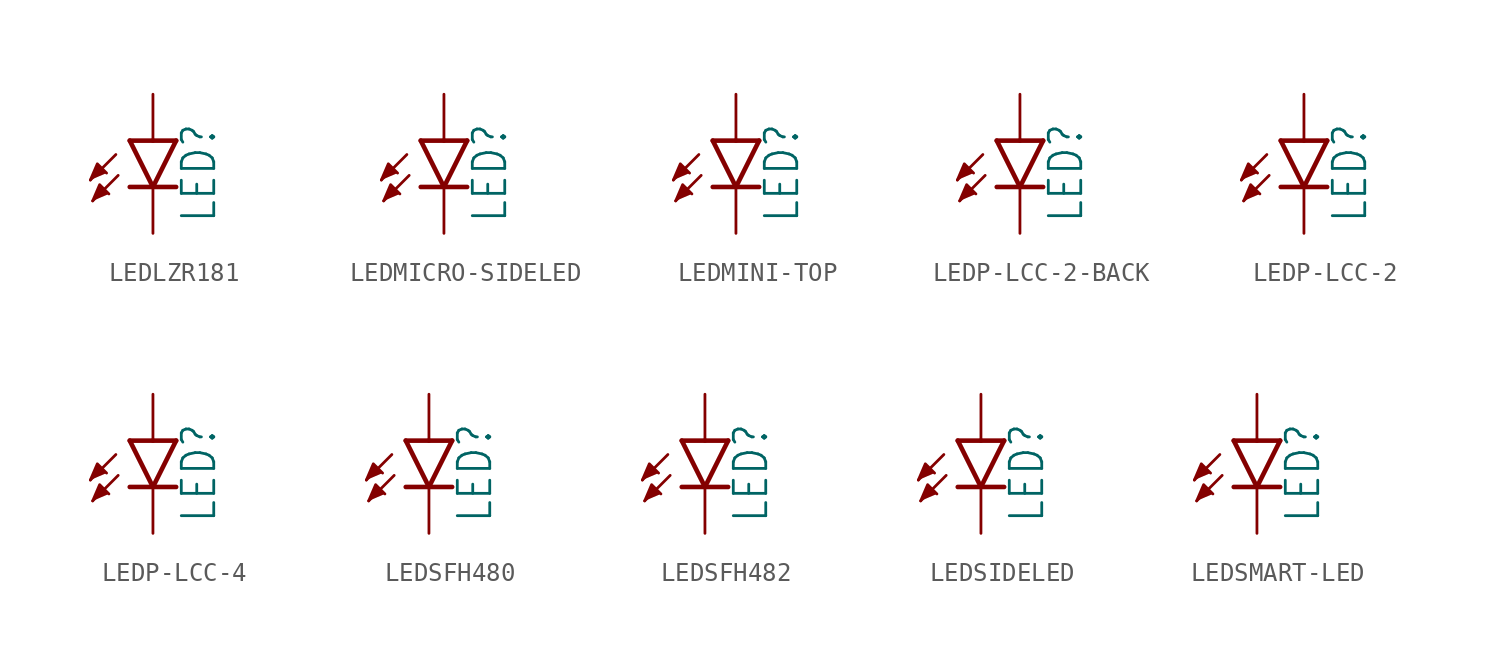
<source format=kicad_sym>
(kicad_symbol_lib
  (version 20241209)
  (generator "kicad_symbol_editor")
  (generator_version "9.0")
  (symbol "LEDLZR181"
    (property "Reference" "LED"
      (at 3.556 -4.572 90)
      (effects (font (size 1.778 1.511)) (justify left bottom)))
    (property "Value" ""
      (at 5.715 -4.572 90)
      (effects (font (size 1.778 1.511)) (justify left bottom)))
    (property "ki_locked" ""
      (at 0 0 0)
      (effects (font (size 1.27 1.27))))
    (symbol "LEDLZR181_1_0"
      (polyline (pts (xy -3.429 -2.159) (xy -3.048 -1.27) (xy -2.54 -1.778)) (stroke (width 0.152) (type solid)) (fill (type outline)))
      (polyline (pts (xy -3.302 -3.302) (xy -2.921 -2.413) (xy -2.413 -2.921)) (stroke (width 0.152) (type solid)) (fill (type outline)))
      (polyline (pts (xy -2.032 -0.762) (xy -3.429 -2.159)) (stroke (width 0.152) (type solid)) (fill (type none)))
      (polyline (pts (xy -1.905 -1.905) (xy -3.302 -3.302)) (stroke (width 0.152) (type solid)) (fill (type none)))
      (polyline (pts (xy 0 0) (xy -1.27 0)) (stroke (width 0.254) (type solid)) (fill (type none)))
      (polyline (pts (xy 0 -2.54) (xy -1.27 0)) (stroke (width 0.254) (type solid)) (fill (type none)))
      (polyline (pts (xy 0 -2.54) (xy -1.27 -2.54)) (stroke (width 0.254) (type solid)) (fill (type none)))
      (polyline (pts (xy 1.27 0) (xy 0 0)) (stroke (width 0.254) (type solid)) (fill (type none)))
      (polyline (pts (xy 1.27 0) (xy 0 -2.54)) (stroke (width 0.254) (type solid)) (fill (type none)))
      (polyline (pts (xy 1.27 -2.54) (xy 0 -2.54)) (stroke (width 0.254) (type solid)) (fill (type none)))
      (pin passive line (at 0 2.54 270) (length 2.54) (name "A" (effects (font (size 0 0)))) (number "A" (effects (font (size 0 0)))))
      (pin passive line (at 0 -5.08 90) (length 2.54) (name "C" (effects (font (size 0 0)))) (number "K" (effects (font (size 0 0)))))))
  (symbol "LEDMICRO-SIDELED"
    (property "Reference" "LED"
      (at 3.556 -4.572 90)
      (effects (font (size 1.778 1.511)) (justify left bottom)))
    (property "Value" ""
      (at 5.715 -4.572 90)
      (effects (font (size 1.778 1.511)) (justify left bottom)))
    (property "ki_locked" ""
      (at 0 0 0)
      (effects (font (size 1.27 1.27))))
    (symbol "LEDMICRO-SIDELED_1_0"
      (polyline (pts (xy -3.429 -2.159) (xy -3.048 -1.27) (xy -2.54 -1.778)) (stroke (width 0.152) (type solid)) (fill (type outline)))
      (polyline (pts (xy -3.302 -3.302) (xy -2.921 -2.413) (xy -2.413 -2.921)) (stroke (width 0.152) (type solid)) (fill (type outline)))
      (polyline (pts (xy -2.032 -0.762) (xy -3.429 -2.159)) (stroke (width 0.152) (type solid)) (fill (type none)))
      (polyline (pts (xy -1.905 -1.905) (xy -3.302 -3.302)) (stroke (width 0.152) (type solid)) (fill (type none)))
      (polyline (pts (xy 0 0) (xy -1.27 0)) (stroke (width 0.254) (type solid)) (fill (type none)))
      (polyline (pts (xy 0 -2.54) (xy -1.27 0)) (stroke (width 0.254) (type solid)) (fill (type none)))
      (polyline (pts (xy 0 -2.54) (xy -1.27 -2.54)) (stroke (width 0.254) (type solid)) (fill (type none)))
      (polyline (pts (xy 1.27 0) (xy 0 0)) (stroke (width 0.254) (type solid)) (fill (type none)))
      (polyline (pts (xy 1.27 0) (xy 0 -2.54)) (stroke (width 0.254) (type solid)) (fill (type none)))
      (polyline (pts (xy 1.27 -2.54) (xy 0 -2.54)) (stroke (width 0.254) (type solid)) (fill (type none)))
      (pin passive line (at 0 2.54 270) (length 2.54) (name "A" (effects (font (size 0 0)))) (number "A" (effects (font (size 0 0)))))
      (pin passive line (at 0 -5.08 90) (length 2.54) (name "C" (effects (font (size 0 0)))) (number "C" (effects (font (size 0 0)))))))
  (symbol "LEDMINI-TOP"
    (property "Reference" "LED"
      (at 3.556 -4.572 90)
      (effects (font (size 1.778 1.511)) (justify left bottom)))
    (property "Value" ""
      (at 5.715 -4.572 90)
      (effects (font (size 1.778 1.511)) (justify left bottom)))
    (property "ki_locked" ""
      (at 0 0 0)
      (effects (font (size 1.27 1.27))))
    (symbol "LEDMINI-TOP_1_0"
      (polyline (pts (xy -3.429 -2.159) (xy -3.048 -1.27) (xy -2.54 -1.778)) (stroke (width 0.152) (type solid)) (fill (type outline)))
      (polyline (pts (xy -3.302 -3.302) (xy -2.921 -2.413) (xy -2.413 -2.921)) (stroke (width 0.152) (type solid)) (fill (type outline)))
      (polyline (pts (xy -2.032 -0.762) (xy -3.429 -2.159)) (stroke (width 0.152) (type solid)) (fill (type none)))
      (polyline (pts (xy -1.905 -1.905) (xy -3.302 -3.302)) (stroke (width 0.152) (type solid)) (fill (type none)))
      (polyline (pts (xy 0 0) (xy -1.27 0)) (stroke (width 0.254) (type solid)) (fill (type none)))
      (polyline (pts (xy 0 -2.54) (xy -1.27 0)) (stroke (width 0.254) (type solid)) (fill (type none)))
      (polyline (pts (xy 0 -2.54) (xy -1.27 -2.54)) (stroke (width 0.254) (type solid)) (fill (type none)))
      (polyline (pts (xy 1.27 0) (xy 0 0)) (stroke (width 0.254) (type solid)) (fill (type none)))
      (polyline (pts (xy 1.27 0) (xy 0 -2.54)) (stroke (width 0.254) (type solid)) (fill (type none)))
      (polyline (pts (xy 1.27 -2.54) (xy 0 -2.54)) (stroke (width 0.254) (type solid)) (fill (type none)))
      (pin passive line (at 0 2.54 270) (length 2.54) (name "A" (effects (font (size 0 0)))) (number "A" (effects (font (size 0 0)))))
      (pin passive line (at 0 -5.08 90) (length 2.54) (name "C" (effects (font (size 0 0)))) (number "C" (effects (font (size 0 0)))))))
  (symbol "LEDP-LCC-2-BACK"
    (property "Reference" "LED"
      (at 3.556 -4.572 90)
      (effects (font (size 1.778 1.511)) (justify left bottom)))
    (property "Value" ""
      (at 5.715 -4.572 90)
      (effects (font (size 1.778 1.511)) (justify left bottom)))
    (property "ki_locked" ""
      (at 0 0 0)
      (effects (font (size 1.27 1.27))))
    (symbol "LEDP-LCC-2-BACK_1_0"
      (polyline (pts (xy -3.429 -2.159) (xy -3.048 -1.27) (xy -2.54 -1.778)) (stroke (width 0.152) (type solid)) (fill (type outline)))
      (polyline (pts (xy -3.302 -3.302) (xy -2.921 -2.413) (xy -2.413 -2.921)) (stroke (width 0.152) (type solid)) (fill (type outline)))
      (polyline (pts (xy -2.032 -0.762) (xy -3.429 -2.159)) (stroke (width 0.152) (type solid)) (fill (type none)))
      (polyline (pts (xy -1.905 -1.905) (xy -3.302 -3.302)) (stroke (width 0.152) (type solid)) (fill (type none)))
      (polyline (pts (xy 0 0) (xy -1.27 0)) (stroke (width 0.254) (type solid)) (fill (type none)))
      (polyline (pts (xy 0 -2.54) (xy -1.27 0)) (stroke (width 0.254) (type solid)) (fill (type none)))
      (polyline (pts (xy 0 -2.54) (xy -1.27 -2.54)) (stroke (width 0.254) (type solid)) (fill (type none)))
      (polyline (pts (xy 1.27 0) (xy 0 0)) (stroke (width 0.254) (type solid)) (fill (type none)))
      (polyline (pts (xy 1.27 0) (xy 0 -2.54)) (stroke (width 0.254) (type solid)) (fill (type none)))
      (polyline (pts (xy 1.27 -2.54) (xy 0 -2.54)) (stroke (width 0.254) (type solid)) (fill (type none)))
      (pin passive line (at 0 2.54 270) (length 2.54) (name "A" (effects (font (size 0 0)))) (number "A" (effects (font (size 0 0)))))
      (pin passive line (at 0 -5.08 90) (length 2.54) (name "C" (effects (font (size 0 0)))) (number "C" (effects (font (size 0 0)))))))
  (symbol "LEDP-LCC-2"
    (property "Reference" "LED"
      (at 3.556 -4.572 90)
      (effects (font (size 1.778 1.511)) (justify left bottom)))
    (property "Value" ""
      (at 5.715 -4.572 90)
      (effects (font (size 1.778 1.511)) (justify left bottom)))
    (property "ki_locked" ""
      (at 0 0 0)
      (effects (font (size 1.27 1.27))))
    (symbol "LEDP-LCC-2_1_0"
      (polyline (pts (xy -3.429 -2.159) (xy -3.048 -1.27) (xy -2.54 -1.778)) (stroke (width 0.152) (type solid)) (fill (type outline)))
      (polyline (pts (xy -3.302 -3.302) (xy -2.921 -2.413) (xy -2.413 -2.921)) (stroke (width 0.152) (type solid)) (fill (type outline)))
      (polyline (pts (xy -2.032 -0.762) (xy -3.429 -2.159)) (stroke (width 0.152) (type solid)) (fill (type none)))
      (polyline (pts (xy -1.905 -1.905) (xy -3.302 -3.302)) (stroke (width 0.152) (type solid)) (fill (type none)))
      (polyline (pts (xy 0 0) (xy -1.27 0)) (stroke (width 0.254) (type solid)) (fill (type none)))
      (polyline (pts (xy 0 -2.54) (xy -1.27 0)) (stroke (width 0.254) (type solid)) (fill (type none)))
      (polyline (pts (xy 0 -2.54) (xy -1.27 -2.54)) (stroke (width 0.254) (type solid)) (fill (type none)))
      (polyline (pts (xy 1.27 0) (xy 0 0)) (stroke (width 0.254) (type solid)) (fill (type none)))
      (polyline (pts (xy 1.27 0) (xy 0 -2.54)) (stroke (width 0.254) (type solid)) (fill (type none)))
      (polyline (pts (xy 1.27 -2.54) (xy 0 -2.54)) (stroke (width 0.254) (type solid)) (fill (type none)))
      (pin passive line (at 0 2.54 270) (length 2.54) (name "A" (effects (font (size 0 0)))) (number "A" (effects (font (size 0 0)))))
      (pin passive line (at 0 -5.08 90) (length 2.54) (name "C" (effects (font (size 0 0)))) (number "C" (effects (font (size 0 0)))))))
  (symbol "LEDP-LCC-4"
    (property "Reference" "LED"
      (at 3.556 -4.572 90)
      (effects (font (size 1.778 1.511)) (justify left bottom)))
    (property "Value" ""
      (at 5.715 -4.572 90)
      (effects (font (size 1.778 1.511)) (justify left bottom)))
    (property "ki_locked" ""
      (at 0 0 0)
      (effects (font (size 1.27 1.27))))
    (symbol "LEDP-LCC-4_1_0"
      (polyline (pts (xy -3.429 -2.159) (xy -3.048 -1.27) (xy -2.54 -1.778)) (stroke (width 0.152) (type solid)) (fill (type outline)))
      (polyline (pts (xy -3.302 -3.302) (xy -2.921 -2.413) (xy -2.413 -2.921)) (stroke (width 0.152) (type solid)) (fill (type outline)))
      (polyline (pts (xy -2.032 -0.762) (xy -3.429 -2.159)) (stroke (width 0.152) (type solid)) (fill (type none)))
      (polyline (pts (xy -1.905 -1.905) (xy -3.302 -3.302)) (stroke (width 0.152) (type solid)) (fill (type none)))
      (polyline (pts (xy 0 0) (xy -1.27 0)) (stroke (width 0.254) (type solid)) (fill (type none)))
      (polyline (pts (xy 0 -2.54) (xy -1.27 0)) (stroke (width 0.254) (type solid)) (fill (type none)))
      (polyline (pts (xy 0 -2.54) (xy -1.27 -2.54)) (stroke (width 0.254) (type solid)) (fill (type none)))
      (polyline (pts (xy 1.27 0) (xy 0 0)) (stroke (width 0.254) (type solid)) (fill (type none)))
      (polyline (pts (xy 1.27 0) (xy 0 -2.54)) (stroke (width 0.254) (type solid)) (fill (type none)))
      (polyline (pts (xy 1.27 -2.54) (xy 0 -2.54)) (stroke (width 0.254) (type solid)) (fill (type none)))
      (pin passive line (at 0 2.54 270) (length 2.54) (name "A" (effects (font (size 0 0)))) (number "A" (effects (font (size 0 0)))))
      (pin passive line (at 0 -5.08 90) (length 2.54) (name "C" (effects (font (size 0 0)))) (number "C@4" (effects (font (size 0 0)))))))
  (symbol "LEDSFH480"
    (property "Reference" "LED"
      (at 3.556 -4.572 90)
      (effects (font (size 1.778 1.511)) (justify left bottom)))
    (property "Value" ""
      (at 5.715 -4.572 90)
      (effects (font (size 1.778 1.511)) (justify left bottom)))
    (property "ki_locked" ""
      (at 0 0 0)
      (effects (font (size 1.27 1.27))))
    (symbol "LEDSFH480_1_0"
      (polyline (pts (xy -3.429 -2.159) (xy -3.048 -1.27) (xy -2.54 -1.778)) (stroke (width 0.152) (type solid)) (fill (type outline)))
      (polyline (pts (xy -3.302 -3.302) (xy -2.921 -2.413) (xy -2.413 -2.921)) (stroke (width 0.152) (type solid)) (fill (type outline)))
      (polyline (pts (xy -2.032 -0.762) (xy -3.429 -2.159)) (stroke (width 0.152) (type solid)) (fill (type none)))
      (polyline (pts (xy -1.905 -1.905) (xy -3.302 -3.302)) (stroke (width 0.152) (type solid)) (fill (type none)))
      (polyline (pts (xy 0 0) (xy -1.27 0)) (stroke (width 0.254) (type solid)) (fill (type none)))
      (polyline (pts (xy 0 -2.54) (xy -1.27 0)) (stroke (width 0.254) (type solid)) (fill (type none)))
      (polyline (pts (xy 0 -2.54) (xy -1.27 -2.54)) (stroke (width 0.254) (type solid)) (fill (type none)))
      (polyline (pts (xy 1.27 0) (xy 0 0)) (stroke (width 0.254) (type solid)) (fill (type none)))
      (polyline (pts (xy 1.27 0) (xy 0 -2.54)) (stroke (width 0.254) (type solid)) (fill (type none)))
      (polyline (pts (xy 1.27 -2.54) (xy 0 -2.54)) (stroke (width 0.254) (type solid)) (fill (type none)))
      (pin passive line (at 0 2.54 270) (length 2.54) (name "A" (effects (font (size 0 0)))) (number "A" (effects (font (size 0 0)))))
      (pin passive line (at 0 -5.08 90) (length 2.54) (name "C" (effects (font (size 0 0)))) (number "K" (effects (font (size 0 0)))))))
  (symbol "LEDSFH482"
    (property "Reference" "LED"
      (at 3.556 -4.572 90)
      (effects (font (size 1.778 1.511)) (justify left bottom)))
    (property "Value" ""
      (at 5.715 -4.572 90)
      (effects (font (size 1.778 1.511)) (justify left bottom)))
    (property "ki_locked" ""
      (at 0 0 0)
      (effects (font (size 1.27 1.27))))
    (symbol "LEDSFH482_1_0"
      (polyline (pts (xy -3.429 -2.159) (xy -3.048 -1.27) (xy -2.54 -1.778)) (stroke (width 0.152) (type solid)) (fill (type outline)))
      (polyline (pts (xy -3.302 -3.302) (xy -2.921 -2.413) (xy -2.413 -2.921)) (stroke (width 0.152) (type solid)) (fill (type outline)))
      (polyline (pts (xy -2.032 -0.762) (xy -3.429 -2.159)) (stroke (width 0.152) (type solid)) (fill (type none)))
      (polyline (pts (xy -1.905 -1.905) (xy -3.302 -3.302)) (stroke (width 0.152) (type solid)) (fill (type none)))
      (polyline (pts (xy 0 0) (xy -1.27 0)) (stroke (width 0.254) (type solid)) (fill (type none)))
      (polyline (pts (xy 0 -2.54) (xy -1.27 0)) (stroke (width 0.254) (type solid)) (fill (type none)))
      (polyline (pts (xy 0 -2.54) (xy -1.27 -2.54)) (stroke (width 0.254) (type solid)) (fill (type none)))
      (polyline (pts (xy 1.27 0) (xy 0 0)) (stroke (width 0.254) (type solid)) (fill (type none)))
      (polyline (pts (xy 1.27 0) (xy 0 -2.54)) (stroke (width 0.254) (type solid)) (fill (type none)))
      (polyline (pts (xy 1.27 -2.54) (xy 0 -2.54)) (stroke (width 0.254) (type solid)) (fill (type none)))
      (pin passive line (at 0 2.54 270) (length 2.54) (name "A" (effects (font (size 0 0)))) (number "A" (effects (font (size 0 0)))))
      (pin passive line (at 0 -5.08 90) (length 2.54) (name "C" (effects (font (size 0 0)))) (number "K" (effects (font (size 0 0)))))))
  (symbol "LEDSIDELED"
    (property "Reference" "LED"
      (at 3.556 -4.572 90)
      (effects (font (size 1.778 1.511)) (justify left bottom)))
    (property "Value" ""
      (at 5.715 -4.572 90)
      (effects (font (size 1.778 1.511)) (justify left bottom)))
    (property "ki_locked" ""
      (at 0 0 0)
      (effects (font (size 1.27 1.27))))
    (symbol "LEDSIDELED_1_0"
      (polyline (pts (xy -3.429 -2.159) (xy -3.048 -1.27) (xy -2.54 -1.778)) (stroke (width 0.152) (type solid)) (fill (type outline)))
      (polyline (pts (xy -3.302 -3.302) (xy -2.921 -2.413) (xy -2.413 -2.921)) (stroke (width 0.152) (type solid)) (fill (type outline)))
      (polyline (pts (xy -2.032 -0.762) (xy -3.429 -2.159)) (stroke (width 0.152) (type solid)) (fill (type none)))
      (polyline (pts (xy -1.905 -1.905) (xy -3.302 -3.302)) (stroke (width 0.152) (type solid)) (fill (type none)))
      (polyline (pts (xy 0 0) (xy -1.27 0)) (stroke (width 0.254) (type solid)) (fill (type none)))
      (polyline (pts (xy 0 -2.54) (xy -1.27 0)) (stroke (width 0.254) (type solid)) (fill (type none)))
      (polyline (pts (xy 0 -2.54) (xy -1.27 -2.54)) (stroke (width 0.254) (type solid)) (fill (type none)))
      (polyline (pts (xy 1.27 0) (xy 0 0)) (stroke (width 0.254) (type solid)) (fill (type none)))
      (polyline (pts (xy 1.27 0) (xy 0 -2.54)) (stroke (width 0.254) (type solid)) (fill (type none)))
      (polyline (pts (xy 1.27 -2.54) (xy 0 -2.54)) (stroke (width 0.254) (type solid)) (fill (type none)))
      (pin passive line (at 0 2.54 270) (length 2.54) (name "A" (effects (font (size 0 0)))) (number "A" (effects (font (size 0 0)))))
      (pin passive line (at 0 -5.08 90) (length 2.54) (name "C" (effects (font (size 0 0)))) (number "C" (effects (font (size 0 0)))))))
  (symbol "LEDSMART-LED"
    (property "Reference" "LED"
      (at 3.556 -4.572 90)
      (effects (font (size 1.778 1.511)) (justify left bottom)))
    (property "Value" ""
      (at 5.715 -4.572 90)
      (effects (font (size 1.778 1.511)) (justify left bottom)))
    (property "ki_locked" ""
      (at 0 0 0)
      (effects (font (size 1.27 1.27))))
    (symbol "LEDSMART-LED_1_0"
      (polyline (pts (xy -3.429 -2.159) (xy -3.048 -1.27) (xy -2.54 -1.778)) (stroke (width 0.152) (type solid)) (fill (type outline)))
      (polyline (pts (xy -3.302 -3.302) (xy -2.921 -2.413) (xy -2.413 -2.921)) (stroke (width 0.152) (type solid)) (fill (type outline)))
      (polyline (pts (xy -2.032 -0.762) (xy -3.429 -2.159)) (stroke (width 0.152) (type solid)) (fill (type none)))
      (polyline (pts (xy -1.905 -1.905) (xy -3.302 -3.302)) (stroke (width 0.152) (type solid)) (fill (type none)))
      (polyline (pts (xy 0 0) (xy -1.27 0)) (stroke (width 0.254) (type solid)) (fill (type none)))
      (polyline (pts (xy 0 -2.54) (xy -1.27 0)) (stroke (width 0.254) (type solid)) (fill (type none)))
      (polyline (pts (xy 0 -2.54) (xy -1.27 -2.54)) (stroke (width 0.254) (type solid)) (fill (type none)))
      (polyline (pts (xy 1.27 0) (xy 0 0)) (stroke (width 0.254) (type solid)) (fill (type none)))
      (polyline (pts (xy 1.27 0) (xy 0 -2.54)) (stroke (width 0.254) (type solid)) (fill (type none)))
      (polyline (pts (xy 1.27 -2.54) (xy 0 -2.54)) (stroke (width 0.254) (type solid)) (fill (type none)))
      (pin passive line (at 0 2.54 270) (length 2.54) (name "A" (effects (font (size 0 0)))) (number "A" (effects (font (size 0 0)))))
      (pin passive line (at 0 -5.08 90) (length 2.54) (name "C" (effects (font (size 0 0)))) (number "B" (effects (font (size 0 0))))))))
</source>
